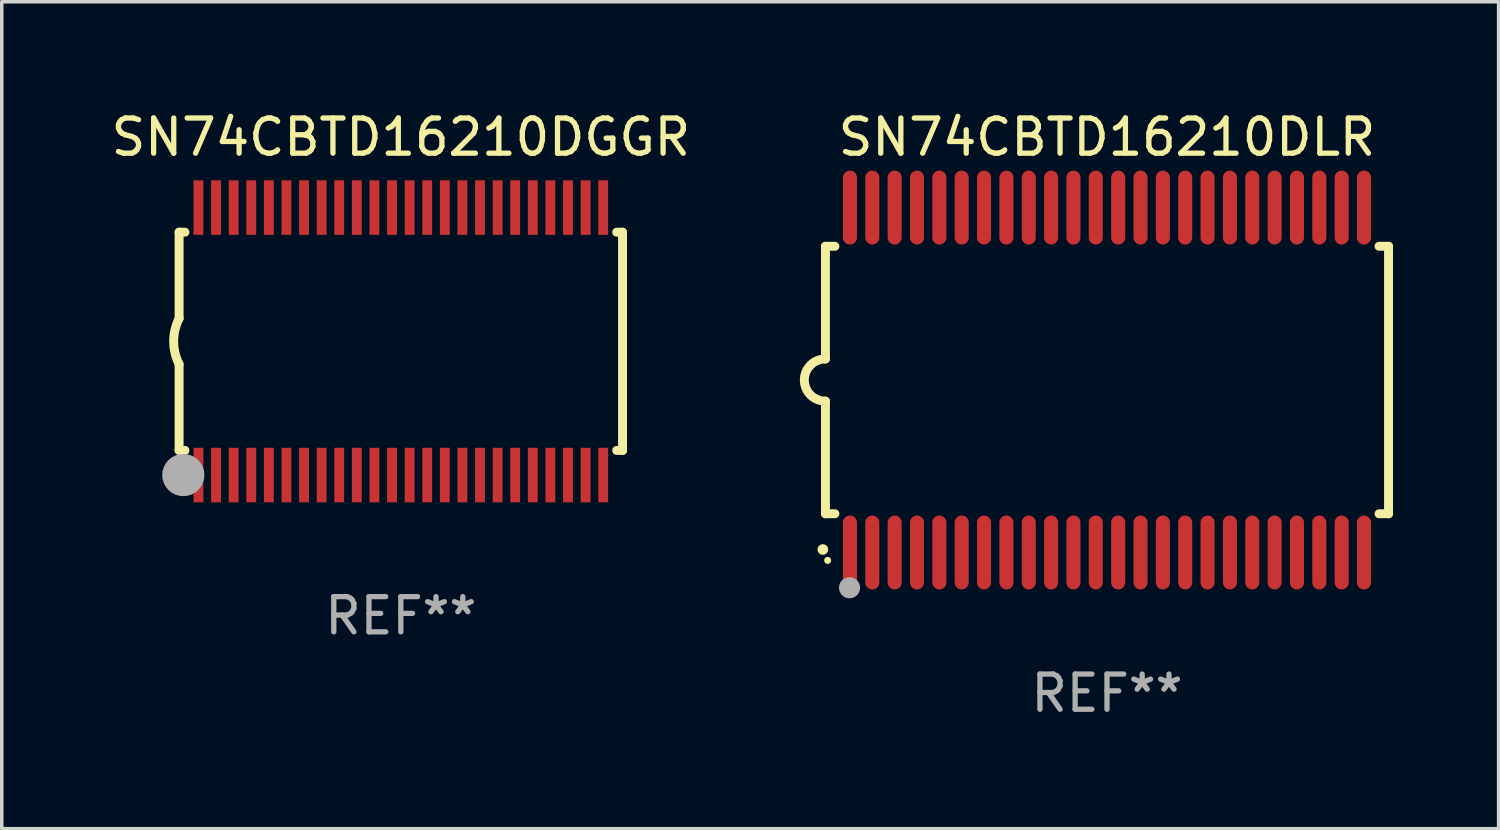
<source format=kicad_pcb>
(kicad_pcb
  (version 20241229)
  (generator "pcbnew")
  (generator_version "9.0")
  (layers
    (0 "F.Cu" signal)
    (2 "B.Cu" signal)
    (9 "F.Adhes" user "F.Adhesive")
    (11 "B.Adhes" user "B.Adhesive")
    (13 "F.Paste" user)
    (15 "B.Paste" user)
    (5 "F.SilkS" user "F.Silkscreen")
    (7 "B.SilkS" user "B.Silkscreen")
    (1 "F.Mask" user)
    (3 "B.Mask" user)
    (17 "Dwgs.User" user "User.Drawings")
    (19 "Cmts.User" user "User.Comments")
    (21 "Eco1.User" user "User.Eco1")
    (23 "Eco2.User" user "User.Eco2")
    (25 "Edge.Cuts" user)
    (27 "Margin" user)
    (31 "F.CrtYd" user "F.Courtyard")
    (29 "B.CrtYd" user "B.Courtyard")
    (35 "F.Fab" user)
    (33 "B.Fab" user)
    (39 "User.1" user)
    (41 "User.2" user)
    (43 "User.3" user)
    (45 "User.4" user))
  (footprint "SN74CBTD16210DGGR"
    (layer "F.Cu")
    (at 8.339 6.648)
    (property "Reference" "SN74CBTD16210DGGR" (at 0 -5.8 0) (layer "F.SilkS") (effects (font (size 1 1) (thickness 0.15))))
    (attr through_hole)
    (fp_line (start -6.3 -3.1) (end -6.3 -0.65) (stroke (width 0.254) (type solid)) (layer "F.SilkS"))
    (fp_line (start -6.3 -3.1) (end -6.134 -3.1) (stroke (width 0.254) (type solid)) (layer "F.SilkS"))
    (fp_line (start -6.3 3.1) (end -6.3 0.65) (stroke (width 0.254) (type solid)) (layer "F.SilkS"))
    (fp_line (start -6.3 3.1) (end -6.134 3.1) (stroke (width 0.254) (type solid)) (layer "F.SilkS"))
    (fp_line (start 6.134 -3.1) (end 6.3 -3.1) (stroke (width 0.254) (type solid)) (layer "F.SilkS"))
    (fp_line (start 6.134 3.1) (end 6.3 3.1) (stroke (width 0.254) (type solid)) (layer "F.SilkS"))
    (fp_line (start 6.3 -3.1) (end 6.3 3.1) (stroke (width 0.254) (type solid)) (layer "F.SilkS"))
    (fp_arc (start -6.301016 0.650114) (mid -6.45413 -0.000082) (end -6.3 -0.650038) (stroke (width 0.254001) (type solid)) (layer "F.SilkS"))
    (fp_circle (center -6.35 3.81) (end -6.223 3.81) (stroke (width 0.254) (type solid)) (fill no) (layer "F.SilkS"))
    (fp_circle (center -6.25 4.05) (end -6.22 4.05) (stroke (width 0.06) (type solid)) (fill no) (layer "F.SilkS"))
    (fp_circle (center -6.18 3.8) (end -5.88 3.8) (stroke (width 0.6) (type solid)) (fill no) (layer "F.Fab"))
    (fp_text user "REF**" (at 0 7.8 0) (layer "F.Fab") (effects (font (size 1 1) (thickness 0.15))))
    (pad "1" smd rect (at -5.75 3.8) (size 0.28 1.55) (layers "F.Cu" "F.Mask" "F.Paste"))
    (pad "2" smd rect (at -5.25 3.8) (size 0.28 1.55) (layers "F.Cu" "F.Mask" "F.Paste"))
    (pad "3" smd rect (at -4.75 3.8) (size 0.28 1.55) (layers "F.Cu" "F.Mask" "F.Paste"))
    (pad "4" smd rect (at -4.25 3.8) (size 0.28 1.55) (layers "F.Cu" "F.Mask" "F.Paste"))
    (pad "5" smd rect (at -3.75 3.8) (size 0.28 1.55) (layers "F.Cu" "F.Mask" "F.Paste"))
    (pad "6" smd rect (at -3.25 3.8) (size 0.28 1.55) (layers "F.Cu" "F.Mask" "F.Paste"))
    (pad "7" smd rect (at -2.75 3.8) (size 0.28 1.55) (layers "F.Cu" "F.Mask" "F.Paste"))
    (pad "8" smd rect (at -2.25 3.8) (size 0.28 1.55) (layers "F.Cu" "F.Mask" "F.Paste"))
    (pad "9" smd rect (at -1.75 3.8) (size 0.28 1.55) (layers "F.Cu" "F.Mask" "F.Paste"))
    (pad "10" smd rect (at -1.25 3.8) (size 0.28 1.55) (layers "F.Cu" "F.Mask" "F.Paste"))
    (pad "11" smd rect (at -0.75 3.8) (size 0.28 1.55) (layers "F.Cu" "F.Mask" "F.Paste"))
    (pad "12" smd rect (at -0.25 3.8) (size 0.28 1.55) (layers "F.Cu" "F.Mask" "F.Paste"))
    (pad "13" smd rect (at 0.25 3.8) (size 0.28 1.55) (layers "F.Cu" "F.Mask" "F.Paste"))
    (pad "14" smd rect (at 0.75 3.8) (size 0.28 1.55) (layers "F.Cu" "F.Mask" "F.Paste"))
    (pad "15" smd rect (at 1.25 3.8) (size 0.28 1.55) (layers "F.Cu" "F.Mask" "F.Paste"))
    (pad "16" smd rect (at 1.75 3.8) (size 0.28 1.55) (layers "F.Cu" "F.Mask" "F.Paste"))
    (pad "17" smd rect (at 2.25 3.8) (size 0.28 1.55) (layers "F.Cu" "F.Mask" "F.Paste"))
    (pad "18" smd rect (at 2.75 3.8) (size 0.28 1.55) (layers "F.Cu" "F.Mask" "F.Paste"))
    (pad "19" smd rect (at 3.25 3.8) (size 0.28 1.55) (layers "F.Cu" "F.Mask" "F.Paste"))
    (pad "20" smd rect (at 3.75 3.8) (size 0.28 1.55) (layers "F.Cu" "F.Mask" "F.Paste"))
    (pad "21" smd rect (at 4.25 3.8) (size 0.28 1.55) (layers "F.Cu" "F.Mask" "F.Paste"))
    (pad "22" smd rect (at 4.75 3.8) (size 0.28 1.55) (layers "F.Cu" "F.Mask" "F.Paste"))
    (pad "23" smd rect (at 5.25 3.8) (size 0.28 1.55) (layers "F.Cu" "F.Mask" "F.Paste"))
    (pad "24" smd rect (at 5.75 3.8) (size 0.28 1.55) (layers "F.Cu" "F.Mask" "F.Paste"))
    (pad "25" smd rect (at 5.75 -3.8) (size 0.28 1.55) (layers "F.Cu" "F.Mask" "F.Paste"))
    (pad "26" smd rect (at 5.25 -3.8) (size 0.28 1.55) (layers "F.Cu" "F.Mask" "F.Paste"))
    (pad "27" smd rect (at 4.75 -3.8) (size 0.28 1.55) (layers "F.Cu" "F.Mask" "F.Paste"))
    (pad "28" smd rect (at 4.25 -3.8) (size 0.28 1.55) (layers "F.Cu" "F.Mask" "F.Paste"))
    (pad "29" smd rect (at 3.75 -3.8) (size 0.28 1.55) (layers "F.Cu" "F.Mask" "F.Paste"))
    (pad "30" smd rect (at 3.25 -3.8) (size 0.28 1.55) (layers "F.Cu" "F.Mask" "F.Paste"))
    (pad "31" smd rect (at 2.75 -3.8) (size 0.28 1.55) (layers "F.Cu" "F.Mask" "F.Paste"))
    (pad "32" smd rect (at 2.25 -3.8) (size 0.28 1.55) (layers "F.Cu" "F.Mask" "F.Paste"))
    (pad "33" smd rect (at 1.75 -3.8) (size 0.28 1.55) (layers "F.Cu" "F.Mask" "F.Paste"))
    (pad "34" smd rect (at 1.25 -3.8) (size 0.28 1.55) (layers "F.Cu" "F.Mask" "F.Paste"))
    (pad "35" smd rect (at 0.75 -3.8) (size 0.28 1.55) (layers "F.Cu" "F.Mask" "F.Paste"))
    (pad "36" smd rect (at 0.25 -3.8) (size 0.28 1.55) (layers "F.Cu" "F.Mask" "F.Paste"))
    (pad "37" smd rect (at -0.25 -3.8) (size 0.28 1.55) (layers "F.Cu" "F.Mask" "F.Paste"))
    (pad "38" smd rect (at -0.75 -3.8) (size 0.28 1.55) (layers "F.Cu" "F.Mask" "F.Paste"))
    (pad "39" smd rect (at -1.25 -3.8) (size 0.28 1.55) (layers "F.Cu" "F.Mask" "F.Paste"))
    (pad "40" smd rect (at -1.75 -3.8) (size 0.28 1.55) (layers "F.Cu" "F.Mask" "F.Paste"))
    (pad "41" smd rect (at -2.25 -3.8) (size 0.28 1.55) (layers "F.Cu" "F.Mask" "F.Paste"))
    (pad "42" smd rect (at -2.75 -3.8) (size 0.28 1.55) (layers "F.Cu" "F.Mask" "F.Paste"))
    (pad "43" smd rect (at -3.25 -3.8) (size 0.28 1.55) (layers "F.Cu" "F.Mask" "F.Paste"))
    (pad "44" smd rect (at -3.75 -3.8) (size 0.28 1.55) (layers "F.Cu" "F.Mask" "F.Paste"))
    (pad "45" smd rect (at -4.25 -3.8) (size 0.28 1.55) (layers "F.Cu" "F.Mask" "F.Paste"))
    (pad "46" smd rect (at -4.75 -3.8) (size 0.28 1.55) (layers "F.Cu" "F.Mask" "F.Paste"))
    (pad "47" smd rect (at -5.25 -3.8) (size 0.28 1.55) (layers "F.Cu" "F.Mask" "F.Paste"))
    (pad "48" smd rect (at -5.75 -3.8) (size 0.28 1.55) (layers "F.Cu" "F.Mask" "F.Paste")))
  (footprint "SN74CBTD16210DLR"
    (layer "F.Cu")
    (at 28.404 7.748)
    (property "Reference" "SN74CBTD16210DLR" (at 0 -6.9 0) (layer "F.SilkS") (effects (font (size 1 1) (thickness 0.15))))
    (attr through_hole)
    (fp_line (start -8 -3.8) (end -8 -0.599) (stroke (width 0.254) (type solid)) (layer "F.SilkS"))
    (fp_line (start -8 -3.8) (end -7.731 -3.8) (stroke (width 0.254) (type solid)) (layer "F.SilkS"))
    (fp_line (start -8 3.8) (end -8 0.599) (stroke (width 0.254) (type solid)) (layer "F.SilkS"))
    (fp_line (start -7.731 3.8) (end -8 3.8) (stroke (width 0.254) (type solid)) (layer "F.SilkS"))
    (fp_line (start 7.731 -3.8) (end 8 -3.8) (stroke (width 0.254) (type solid)) (layer "F.SilkS"))
    (fp_line (start 8 -3.8) (end 8 3.8) (stroke (width 0.254) (type solid)) (layer "F.SilkS"))
    (fp_line (start 8 3.8) (end 7.731 3.8) (stroke (width 0.254) (type solid)) (layer "F.SilkS"))
    (fp_arc (start -8.074676 4.81585) (mid -8.073406 4.815845) (end -8.072136 4.81585) (stroke (width 0.3) (type solid)) (layer "F.SilkS"))
    (fp_arc (start -8.000025 0.6) (mid -8.598908 0.00056) (end -8.000027 -0.598882) (stroke (width 0.254001) (type solid)) (layer "F.SilkS"))
    (fp_circle (center -7.937 5.125) (end -7.887 5.125) (stroke (width 0.1) (type solid)) (fill no) (layer "F.SilkS"))
    (fp_circle (center -7.315 5.903) (end -7.165 5.903) (stroke (width 0.3) (type solid)) (fill no) (layer "F.Fab"))
    (fp_text user "REF**" (at 0 8.9 0) (layer "F.Fab") (effects (font (size 1 1) (thickness 0.15))))
    (pad "1" smd oval (at -7.303 4.9) (size 0.4 2.1) (layers "F.Cu" "F.Mask" "F.Paste"))
    (pad "2" smd oval (at -6.668 4.9) (size 0.4 2.1) (layers "F.Cu" "F.Mask" "F.Paste"))
    (pad "3" smd oval (at -6.033 4.9) (size 0.4 2.1) (layers "F.Cu" "F.Mask" "F.Paste"))
    (pad "4" smd oval (at -5.398 4.9) (size 0.4 2.1) (layers "F.Cu" "F.Mask" "F.Paste"))
    (pad "5" smd oval (at -4.763 4.9) (size 0.4 2.1) (layers "F.Cu" "F.Mask" "F.Paste"))
    (pad "6" smd oval (at -4.128 4.9) (size 0.4 2.1) (layers "F.Cu" "F.Mask" "F.Paste"))
    (pad "7" smd oval (at -3.493 4.9) (size 0.4 2.1) (layers "F.Cu" "F.Mask" "F.Paste"))
    (pad "8" smd oval (at -2.858 4.9) (size 0.4 2.1) (layers "F.Cu" "F.Mask" "F.Paste"))
    (pad "9" smd oval (at -2.223 4.9) (size 0.4 2.1) (layers "F.Cu" "F.Mask" "F.Paste"))
    (pad "10" smd oval (at -1.588 4.9) (size 0.4 2.1) (layers "F.Cu" "F.Mask" "F.Paste"))
    (pad "11" smd oval (at -0.953 4.9) (size 0.4 2.1) (layers "F.Cu" "F.Mask" "F.Paste"))
    (pad "12" smd oval (at -0.318 4.9) (size 0.4 2.1) (layers "F.Cu" "F.Mask" "F.Paste"))
    (pad "13" smd oval (at 0.318 4.9) (size 0.4 2.1) (layers "F.Cu" "F.Mask" "F.Paste"))
    (pad "14" smd oval (at 0.953 4.9) (size 0.4 2.1) (layers "F.Cu" "F.Mask" "F.Paste"))
    (pad "15" smd oval (at 1.588 4.9) (size 0.4 2.1) (layers "F.Cu" "F.Mask" "F.Paste"))
    (pad "16" smd oval (at 2.223 4.9) (size 0.4 2.1) (layers "F.Cu" "F.Mask" "F.Paste"))
    (pad "17" smd oval (at 2.858 4.9) (size 0.4 2.1) (layers "F.Cu" "F.Mask" "F.Paste"))
    (pad "18" smd oval (at 3.493 4.9) (size 0.4 2.1) (layers "F.Cu" "F.Mask" "F.Paste"))
    (pad "19" smd oval (at 4.128 4.9) (size 0.4 2.1) (layers "F.Cu" "F.Mask" "F.Paste"))
    (pad "20" smd oval (at 4.763 4.9) (size 0.4 2.1) (layers "F.Cu" "F.Mask" "F.Paste"))
    (pad "21" smd oval (at 5.398 4.9) (size 0.4 2.1) (layers "F.Cu" "F.Mask" "F.Paste"))
    (pad "22" smd oval (at 6.033 4.9) (size 0.4 2.1) (layers "F.Cu" "F.Mask" "F.Paste"))
    (pad "23" smd oval (at 6.668 4.9) (size 0.4 2.1) (layers "F.Cu" "F.Mask" "F.Paste"))
    (pad "24" smd oval (at 7.303 4.9) (size 0.4 2.1) (layers "F.Cu" "F.Mask" "F.Paste"))
    (pad "25" smd oval (at 7.303 -4.9 180) (size 0.4 2.1) (layers "F.Cu" "F.Mask" "F.Paste"))
    (pad "26" smd oval (at 6.668 -4.9 180) (size 0.4 2.1) (layers "F.Cu" "F.Mask" "F.Paste"))
    (pad "27" smd oval (at 6.033 -4.9 180) (size 0.4 2.1) (layers "F.Cu" "F.Mask" "F.Paste"))
    (pad "28" smd oval (at 5.398 -4.9 180) (size 0.4 2.1) (layers "F.Cu" "F.Mask" "F.Paste"))
    (pad "29" smd oval (at 4.763 -4.9 180) (size 0.4 2.1) (layers "F.Cu" "F.Mask" "F.Paste"))
    (pad "30" smd oval (at 4.128 -4.9 180) (size 0.4 2.1) (layers "F.Cu" "F.Mask" "F.Paste"))
    (pad "31" smd oval (at 3.493 -4.9 180) (size 0.4 2.1) (layers "F.Cu" "F.Mask" "F.Paste"))
    (pad "32" smd oval (at 2.858 -4.9 180) (size 0.4 2.1) (layers "F.Cu" "F.Mask" "F.Paste"))
    (pad "33" smd oval (at 2.223 -4.9 180) (size 0.4 2.1) (layers "F.Cu" "F.Mask" "F.Paste"))
    (pad "34" smd oval (at 1.588 -4.9 180) (size 0.4 2.1) (layers "F.Cu" "F.Mask" "F.Paste"))
    (pad "35" smd oval (at 0.953 -4.9 180) (size 0.4 2.1) (layers "F.Cu" "F.Mask" "F.Paste"))
    (pad "36" smd oval (at 0.318 -4.9 180) (size 0.4 2.1) (layers "F.Cu" "F.Mask" "F.Paste"))
    (pad "37" smd oval (at -0.318 -4.9 180) (size 0.4 2.1) (layers "F.Cu" "F.Mask" "F.Paste"))
    (pad "38" smd oval (at -0.953 -4.9 180) (size 0.4 2.1) (layers "F.Cu" "F.Mask" "F.Paste"))
    (pad "39" smd oval (at -1.588 -4.9 180) (size 0.4 2.1) (layers "F.Cu" "F.Mask" "F.Paste"))
    (pad "40" smd oval (at -2.223 -4.9 180) (size 0.4 2.1) (layers "F.Cu" "F.Mask" "F.Paste"))
    (pad "41" smd oval (at -2.858 -4.9 180) (size 0.4 2.1) (layers "F.Cu" "F.Mask" "F.Paste"))
    (pad "42" smd oval (at -3.493 -4.9 180) (size 0.4 2.1) (layers "F.Cu" "F.Mask" "F.Paste"))
    (pad "43" smd oval (at -4.128 -4.9 180) (size 0.4 2.1) (layers "F.Cu" "F.Mask" "F.Paste"))
    (pad "44" smd oval (at -4.763 -4.9 180) (size 0.4 2.1) (layers "F.Cu" "F.Mask" "F.Paste"))
    (pad "45" smd oval (at -5.398 -4.9 180) (size 0.4 2.1) (layers "F.Cu" "F.Mask" "F.Paste"))
    (pad "46" smd oval (at -6.033 -4.9 180) (size 0.4 2.1) (layers "F.Cu" "F.Mask" "F.Paste"))
    (pad "47" smd oval (at -6.668 -4.9 180) (size 0.4 2.1) (layers "F.Cu" "F.Mask" "F.Paste"))
    (pad "48" smd oval (at -7.303 -4.9 180) (size 0.4 2.1) (layers "F.Cu" "F.Mask" "F.Paste")))
  (gr_rect
    (start -3 -3)
    (end 39.532 20.496)
    (stroke (width 0.1) (type default))
    (fill no)
    (layer "Edge.Cuts")))
</source>
